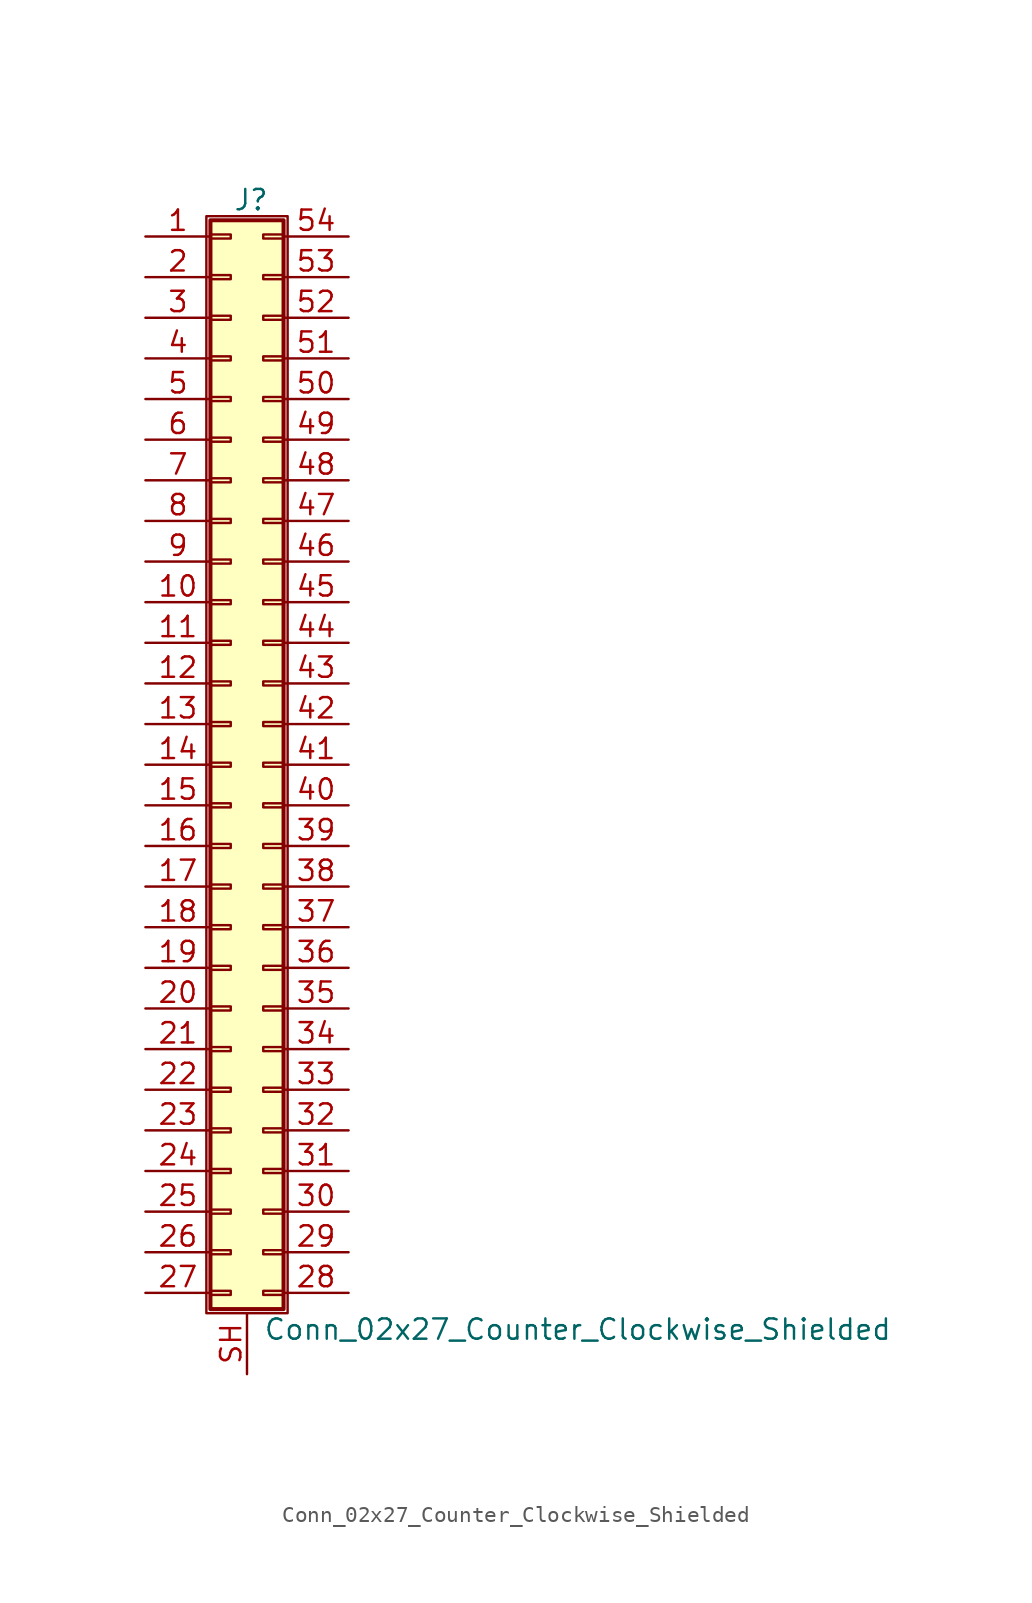
<source format=kicad_sym>
(kicad_symbol_lib
  (version 20211014)
  (generator kicad_symbol_editor)
  (symbol "Conn_02x27_Counter_Clockwise_Shielded"
    (pin_names
      (offset 1.016) hide)
    (property "Reference" "J"
      (at 1.524 35.306 0)
      (effects (font (size 1.27 1.27))))
    (property "Value" "Conn_02x27_Counter_Clockwise_Shielded"
      (at 2.286 -35.306 0)
      (effects (font (size 1.27 1.27)) (justify left)))
    (symbol "Conn_02x27_Counter_Clockwise_Shielded_1_1"
      (rectangle (start -1.27 34.29) (end 3.81 -34.29) (stroke (width 0.152) (type default) (color 0 0 0 0)) (fill (type none)))
      (rectangle (start -1.016 -32.893) (end 0.254 -33.147) (stroke (width 0.152) (type default) (color 0 0 0 0)) (fill (type none)))
      (rectangle (start -1.016 -30.353) (end 0.254 -30.607) (stroke (width 0.152) (type default) (color 0 0 0 0)) (fill (type none)))
      (rectangle (start -1.016 -27.813) (end 0.254 -28.067) (stroke (width 0.152) (type default) (color 0 0 0 0)) (fill (type none)))
      (rectangle (start -1.016 -25.273) (end 0.254 -25.527) (stroke (width 0.152) (type default) (color 0 0 0 0)) (fill (type none)))
      (rectangle (start -1.016 -22.733) (end 0.254 -22.987) (stroke (width 0.152) (type default) (color 0 0 0 0)) (fill (type none)))
      (rectangle (start -1.016 -20.193) (end 0.254 -20.447) (stroke (width 0.152) (type default) (color 0 0 0 0)) (fill (type none)))
      (rectangle (start -1.016 -17.653) (end 0.254 -17.907) (stroke (width 0.152) (type default) (color 0 0 0 0)) (fill (type none)))
      (rectangle (start -1.016 -15.113) (end 0.254 -15.367) (stroke (width 0.152) (type default) (color 0 0 0 0)) (fill (type none)))
      (rectangle (start -1.016 -12.573) (end 0.254 -12.827) (stroke (width 0.152) (type default) (color 0 0 0 0)) (fill (type none)))
      (rectangle (start -1.016 -10.033) (end 0.254 -10.287) (stroke (width 0.152) (type default) (color 0 0 0 0)) (fill (type none)))
      (rectangle (start -1.016 -7.493) (end 0.254 -7.747) (stroke (width 0.152) (type default) (color 0 0 0 0)) (fill (type none)))
      (rectangle (start -1.016 -4.953) (end 0.254 -5.207) (stroke (width 0.152) (type default) (color 0 0 0 0)) (fill (type none)))
      (rectangle (start -1.016 -2.413) (end 0.254 -2.667) (stroke (width 0.152) (type default) (color 0 0 0 0)) (fill (type none)))
      (rectangle (start -1.016 0.127) (end 0.254 -0.127) (stroke (width 0.152) (type default) (color 0 0 0 0)) (fill (type none)))
      (rectangle (start -1.016 2.667) (end 0.254 2.413) (stroke (width 0.152) (type default) (color 0 0 0 0)) (fill (type none)))
      (rectangle (start -1.016 5.207) (end 0.254 4.953) (stroke (width 0.152) (type default) (color 0 0 0 0)) (fill (type none)))
      (rectangle (start -1.016 7.747) (end 0.254 7.493) (stroke (width 0.152) (type default) (color 0 0 0 0)) (fill (type none)))
      (rectangle (start -1.016 10.287) (end 0.254 10.033) (stroke (width 0.152) (type default) (color 0 0 0 0)) (fill (type none)))
      (rectangle (start -1.016 12.827) (end 0.254 12.573) (stroke (width 0.152) (type default) (color 0 0 0 0)) (fill (type none)))
      (rectangle (start -1.016 15.367) (end 0.254 15.113) (stroke (width 0.152) (type default) (color 0 0 0 0)) (fill (type none)))
      (rectangle (start -1.016 17.907) (end 0.254 17.653) (stroke (width 0.152) (type default) (color 0 0 0 0)) (fill (type none)))
      (rectangle (start -1.016 20.447) (end 0.254 20.193) (stroke (width 0.152) (type default) (color 0 0 0 0)) (fill (type none)))
      (rectangle (start -1.016 22.987) (end 0.254 22.733) (stroke (width 0.152) (type default) (color 0 0 0 0)) (fill (type none)))
      (rectangle (start -1.016 25.527) (end 0.254 25.273) (stroke (width 0.152) (type default) (color 0 0 0 0)) (fill (type none)))
      (rectangle (start -1.016 28.067) (end 0.254 27.813) (stroke (width 0.152) (type default) (color 0 0 0 0)) (fill (type none)))
      (rectangle (start -1.016 30.607) (end 0.254 30.353) (stroke (width 0.152) (type default) (color 0 0 0 0)) (fill (type none)))
      (rectangle (start -1.016 33.147) (end 0.254 32.893) (stroke (width 0.152) (type default) (color 0 0 0 0)) (fill (type none)))
      (rectangle (start -1.016 34.036) (end 3.556 -34.036) (stroke (width 0.254) (type default) (color 0 0 0 0)) (fill (type background)))
      (rectangle (start 3.556 -32.893) (end 2.286 -33.147) (stroke (width 0.152) (type default) (color 0 0 0 0)) (fill (type none)))
      (rectangle (start 3.556 -30.353) (end 2.286 -30.607) (stroke (width 0.152) (type default) (color 0 0 0 0)) (fill (type none)))
      (rectangle (start 3.556 -27.813) (end 2.286 -28.067) (stroke (width 0.152) (type default) (color 0 0 0 0)) (fill (type none)))
      (rectangle (start 3.556 -25.273) (end 2.286 -25.527) (stroke (width 0.152) (type default) (color 0 0 0 0)) (fill (type none)))
      (rectangle (start 3.556 -22.733) (end 2.286 -22.987) (stroke (width 0.152) (type default) (color 0 0 0 0)) (fill (type none)))
      (rectangle (start 3.556 -20.193) (end 2.286 -20.447) (stroke (width 0.152) (type default) (color 0 0 0 0)) (fill (type none)))
      (rectangle (start 3.556 -17.653) (end 2.286 -17.907) (stroke (width 0.152) (type default) (color 0 0 0 0)) (fill (type none)))
      (rectangle (start 3.556 -15.113) (end 2.286 -15.367) (stroke (width 0.152) (type default) (color 0 0 0 0)) (fill (type none)))
      (rectangle (start 3.556 -12.573) (end 2.286 -12.827) (stroke (width 0.152) (type default) (color 0 0 0 0)) (fill (type none)))
      (rectangle (start 3.556 -10.033) (end 2.286 -10.287) (stroke (width 0.152) (type default) (color 0 0 0 0)) (fill (type none)))
      (rectangle (start 3.556 -7.493) (end 2.286 -7.747) (stroke (width 0.152) (type default) (color 0 0 0 0)) (fill (type none)))
      (rectangle (start 3.556 -4.953) (end 2.286 -5.207) (stroke (width 0.152) (type default) (color 0 0 0 0)) (fill (type none)))
      (rectangle (start 3.556 -2.413) (end 2.286 -2.667) (stroke (width 0.152) (type default) (color 0 0 0 0)) (fill (type none)))
      (rectangle (start 3.556 0.127) (end 2.286 -0.127) (stroke (width 0.152) (type default) (color 0 0 0 0)) (fill (type none)))
      (rectangle (start 3.556 2.667) (end 2.286 2.413) (stroke (width 0.152) (type default) (color 0 0 0 0)) (fill (type none)))
      (rectangle (start 3.556 5.207) (end 2.286 4.953) (stroke (width 0.152) (type default) (color 0 0 0 0)) (fill (type none)))
      (rectangle (start 3.556 7.747) (end 2.286 7.493) (stroke (width 0.152) (type default) (color 0 0 0 0)) (fill (type none)))
      (rectangle (start 3.556 10.287) (end 2.286 10.033) (stroke (width 0.152) (type default) (color 0 0 0 0)) (fill (type none)))
      (rectangle (start 3.556 12.827) (end 2.286 12.573) (stroke (width 0.152) (type default) (color 0 0 0 0)) (fill (type none)))
      (rectangle (start 3.556 15.367) (end 2.286 15.113) (stroke (width 0.152) (type default) (color 0 0 0 0)) (fill (type none)))
      (rectangle (start 3.556 17.907) (end 2.286 17.653) (stroke (width 0.152) (type default) (color 0 0 0 0)) (fill (type none)))
      (rectangle (start 3.556 20.447) (end 2.286 20.193) (stroke (width 0.152) (type default) (color 0 0 0 0)) (fill (type none)))
      (rectangle (start 3.556 22.987) (end 2.286 22.733) (stroke (width 0.152) (type default) (color 0 0 0 0)) (fill (type none)))
      (rectangle (start 3.556 25.527) (end 2.286 25.273) (stroke (width 0.152) (type default) (color 0 0 0 0)) (fill (type none)))
      (rectangle (start 3.556 28.067) (end 2.286 27.813) (stroke (width 0.152) (type default) (color 0 0 0 0)) (fill (type none)))
      (rectangle (start 3.556 30.607) (end 2.286 30.353) (stroke (width 0.152) (type default) (color 0 0 0 0)) (fill (type none)))
      (rectangle (start 3.556 33.147) (end 2.286 32.893) (stroke (width 0.152) (type default) (color 0 0 0 0)) (fill (type none)))
      (pin passive line (at -5.08 33.02 0) (length 4.064) (name "Pin_1" (effects (font (size 1.27 1.27)))) (number "1" (effects (font (size 1.27 1.27)))))
      (pin passive line (at -5.08 10.16 0) (length 4.064) (name "Pin_10" (effects (font (size 1.27 1.27)))) (number "10" (effects (font (size 1.27 1.27)))))
      (pin passive line (at -5.08 7.62 0) (length 4.064) (name "Pin_11" (effects (font (size 1.27 1.27)))) (number "11" (effects (font (size 1.27 1.27)))))
      (pin passive line (at -5.08 5.08 0) (length 4.064) (name "Pin_12" (effects (font (size 1.27 1.27)))) (number "12" (effects (font (size 1.27 1.27)))))
      (pin passive line (at -5.08 2.54 0) (length 4.064) (name "Pin_13" (effects (font (size 1.27 1.27)))) (number "13" (effects (font (size 1.27 1.27)))))
      (pin passive line (at -5.08 0 0) (length 4.064) (name "Pin_14" (effects (font (size 1.27 1.27)))) (number "14" (effects (font (size 1.27 1.27)))))
      (pin passive line (at -5.08 -2.54 0) (length 4.064) (name "Pin_15" (effects (font (size 1.27 1.27)))) (number "15" (effects (font (size 1.27 1.27)))))
      (pin passive line (at -5.08 -5.08 0) (length 4.064) (name "Pin_16" (effects (font (size 1.27 1.27)))) (number "16" (effects (font (size 1.27 1.27)))))
      (pin passive line (at -5.08 -7.62 0) (length 4.064) (name "Pin_17" (effects (font (size 1.27 1.27)))) (number "17" (effects (font (size 1.27 1.27)))))
      (pin passive line (at -5.08 -10.16 0) (length 4.064) (name "Pin_18" (effects (font (size 1.27 1.27)))) (number "18" (effects (font (size 1.27 1.27)))))
      (pin passive line (at -5.08 -12.7 0) (length 4.064) (name "Pin_19" (effects (font (size 1.27 1.27)))) (number "19" (effects (font (size 1.27 1.27)))))
      (pin passive line (at -5.08 30.48 0) (length 4.064) (name "Pin_2" (effects (font (size 1.27 1.27)))) (number "2" (effects (font (size 1.27 1.27)))))
      (pin passive line (at -5.08 -15.24 0) (length 4.064) (name "Pin_20" (effects (font (size 1.27 1.27)))) (number "20" (effects (font (size 1.27 1.27)))))
      (pin passive line (at -5.08 -17.78 0) (length 4.064) (name "Pin_21" (effects (font (size 1.27 1.27)))) (number "21" (effects (font (size 1.27 1.27)))))
      (pin passive line (at -5.08 -20.32 0) (length 4.064) (name "Pin_22" (effects (font (size 1.27 1.27)))) (number "22" (effects (font (size 1.27 1.27)))))
      (pin passive line (at -5.08 -22.86 0) (length 4.064) (name "Pin_23" (effects (font (size 1.27 1.27)))) (number "23" (effects (font (size 1.27 1.27)))))
      (pin passive line (at -5.08 -25.4 0) (length 4.064) (name "Pin_24" (effects (font (size 1.27 1.27)))) (number "24" (effects (font (size 1.27 1.27)))))
      (pin passive line (at -5.08 -27.94 0) (length 4.064) (name "Pin_25" (effects (font (size 1.27 1.27)))) (number "25" (effects (font (size 1.27 1.27)))))
      (pin passive line (at -5.08 -30.48 0) (length 4.064) (name "Pin_26" (effects (font (size 1.27 1.27)))) (number "26" (effects (font (size 1.27 1.27)))))
      (pin passive line (at -5.08 -33.02 0) (length 4.064) (name "Pin_27" (effects (font (size 1.27 1.27)))) (number "27" (effects (font (size 1.27 1.27)))))
      (pin passive line (at 7.62 -33.02 180) (length 4.064) (name "Pin_28" (effects (font (size 1.27 1.27)))) (number "28" (effects (font (size 1.27 1.27)))))
      (pin passive line (at 7.62 -30.48 180) (length 4.064) (name "Pin_29" (effects (font (size 1.27 1.27)))) (number "29" (effects (font (size 1.27 1.27)))))
      (pin passive line (at -5.08 27.94 0) (length 4.064) (name "Pin_3" (effects (font (size 1.27 1.27)))) (number "3" (effects (font (size 1.27 1.27)))))
      (pin passive line (at 7.62 -27.94 180) (length 4.064) (name "Pin_30" (effects (font (size 1.27 1.27)))) (number "30" (effects (font (size 1.27 1.27)))))
      (pin passive line (at 7.62 -25.4 180) (length 4.064) (name "Pin_31" (effects (font (size 1.27 1.27)))) (number "31" (effects (font (size 1.27 1.27)))))
      (pin passive line (at 7.62 -22.86 180) (length 4.064) (name "Pin_32" (effects (font (size 1.27 1.27)))) (number "32" (effects (font (size 1.27 1.27)))))
      (pin passive line (at 7.62 -20.32 180) (length 4.064) (name "Pin_33" (effects (font (size 1.27 1.27)))) (number "33" (effects (font (size 1.27 1.27)))))
      (pin passive line (at 7.62 -17.78 180) (length 4.064) (name "Pin_34" (effects (font (size 1.27 1.27)))) (number "34" (effects (font (size 1.27 1.27)))))
      (pin passive line (at 7.62 -15.24 180) (length 4.064) (name "Pin_35" (effects (font (size 1.27 1.27)))) (number "35" (effects (font (size 1.27 1.27)))))
      (pin passive line (at 7.62 -12.7 180) (length 4.064) (name "Pin_36" (effects (font (size 1.27 1.27)))) (number "36" (effects (font (size 1.27 1.27)))))
      (pin passive line (at 7.62 -10.16 180) (length 4.064) (name "Pin_37" (effects (font (size 1.27 1.27)))) (number "37" (effects (font (size 1.27 1.27)))))
      (pin passive line (at 7.62 -7.62 180) (length 4.064) (name "Pin_38" (effects (font (size 1.27 1.27)))) (number "38" (effects (font (size 1.27 1.27)))))
      (pin passive line (at 7.62 -5.08 180) (length 4.064) (name "Pin_39" (effects (font (size 1.27 1.27)))) (number "39" (effects (font (size 1.27 1.27)))))
      (pin passive line (at -5.08 25.4 0) (length 4.064) (name "Pin_4" (effects (font (size 1.27 1.27)))) (number "4" (effects (font (size 1.27 1.27)))))
      (pin passive line (at 7.62 -2.54 180) (length 4.064) (name "Pin_40" (effects (font (size 1.27 1.27)))) (number "40" (effects (font (size 1.27 1.27)))))
      (pin passive line (at 7.62 0 180) (length 4.064) (name "Pin_41" (effects (font (size 1.27 1.27)))) (number "41" (effects (font (size 1.27 1.27)))))
      (pin passive line (at 7.62 2.54 180) (length 4.064) (name "Pin_42" (effects (font (size 1.27 1.27)))) (number "42" (effects (font (size 1.27 1.27)))))
      (pin passive line (at 7.62 5.08 180) (length 4.064) (name "Pin_43" (effects (font (size 1.27 1.27)))) (number "43" (effects (font (size 1.27 1.27)))))
      (pin passive line (at 7.62 7.62 180) (length 4.064) (name "Pin_44" (effects (font (size 1.27 1.27)))) (number "44" (effects (font (size 1.27 1.27)))))
      (pin passive line (at 7.62 10.16 180) (length 4.064) (name "Pin_45" (effects (font (size 1.27 1.27)))) (number "45" (effects (font (size 1.27 1.27)))))
      (pin passive line (at 7.62 12.7 180) (length 4.064) (name "Pin_46" (effects (font (size 1.27 1.27)))) (number "46" (effects (font (size 1.27 1.27)))))
      (pin passive line (at 7.62 15.24 180) (length 4.064) (name "Pin_47" (effects (font (size 1.27 1.27)))) (number "47" (effects (font (size 1.27 1.27)))))
      (pin passive line (at 7.62 17.78 180) (length 4.064) (name "Pin_48" (effects (font (size 1.27 1.27)))) (number "48" (effects (font (size 1.27 1.27)))))
      (pin passive line (at 7.62 20.32 180) (length 4.064) (name "Pin_49" (effects (font (size 1.27 1.27)))) (number "49" (effects (font (size 1.27 1.27)))))
      (pin passive line (at -5.08 22.86 0) (length 4.064) (name "Pin_5" (effects (font (size 1.27 1.27)))) (number "5" (effects (font (size 1.27 1.27)))))
      (pin passive line (at 7.62 22.86 180) (length 4.064) (name "Pin_50" (effects (font (size 1.27 1.27)))) (number "50" (effects (font (size 1.27 1.27)))))
      (pin passive line (at 7.62 25.4 180) (length 4.064) (name "Pin_51" (effects (font (size 1.27 1.27)))) (number "51" (effects (font (size 1.27 1.27)))))
      (pin passive line (at 7.62 27.94 180) (length 4.064) (name "Pin_52" (effects (font (size 1.27 1.27)))) (number "52" (effects (font (size 1.27 1.27)))))
      (pin passive line (at 7.62 30.48 180) (length 4.064) (name "Pin_53" (effects (font (size 1.27 1.27)))) (number "53" (effects (font (size 1.27 1.27)))))
      (pin passive line (at 7.62 33.02 180) (length 4.064) (name "Pin_54" (effects (font (size 1.27 1.27)))) (number "54" (effects (font (size 1.27 1.27)))))
      (pin passive line (at -5.08 20.32 0) (length 4.064) (name "Pin_6" (effects (font (size 1.27 1.27)))) (number "6" (effects (font (size 1.27 1.27)))))
      (pin passive line (at -5.08 17.78 0) (length 4.064) (name "Pin_7" (effects (font (size 1.27 1.27)))) (number "7" (effects (font (size 1.27 1.27)))))
      (pin passive line (at -5.08 15.24 0) (length 4.064) (name "Pin_8" (effects (font (size 1.27 1.27)))) (number "8" (effects (font (size 1.27 1.27)))))
      (pin passive line (at -5.08 12.7 0) (length 4.064) (name "Pin_9" (effects (font (size 1.27 1.27)))) (number "9" (effects (font (size 1.27 1.27)))))
      (pin passive line (at 1.27 -38.1 90) (length 3.81) (name "Shield" (effects (font (size 1.27 1.27)))) (number "SH" (effects (font (size 1.27 1.27))))))))
</source>
